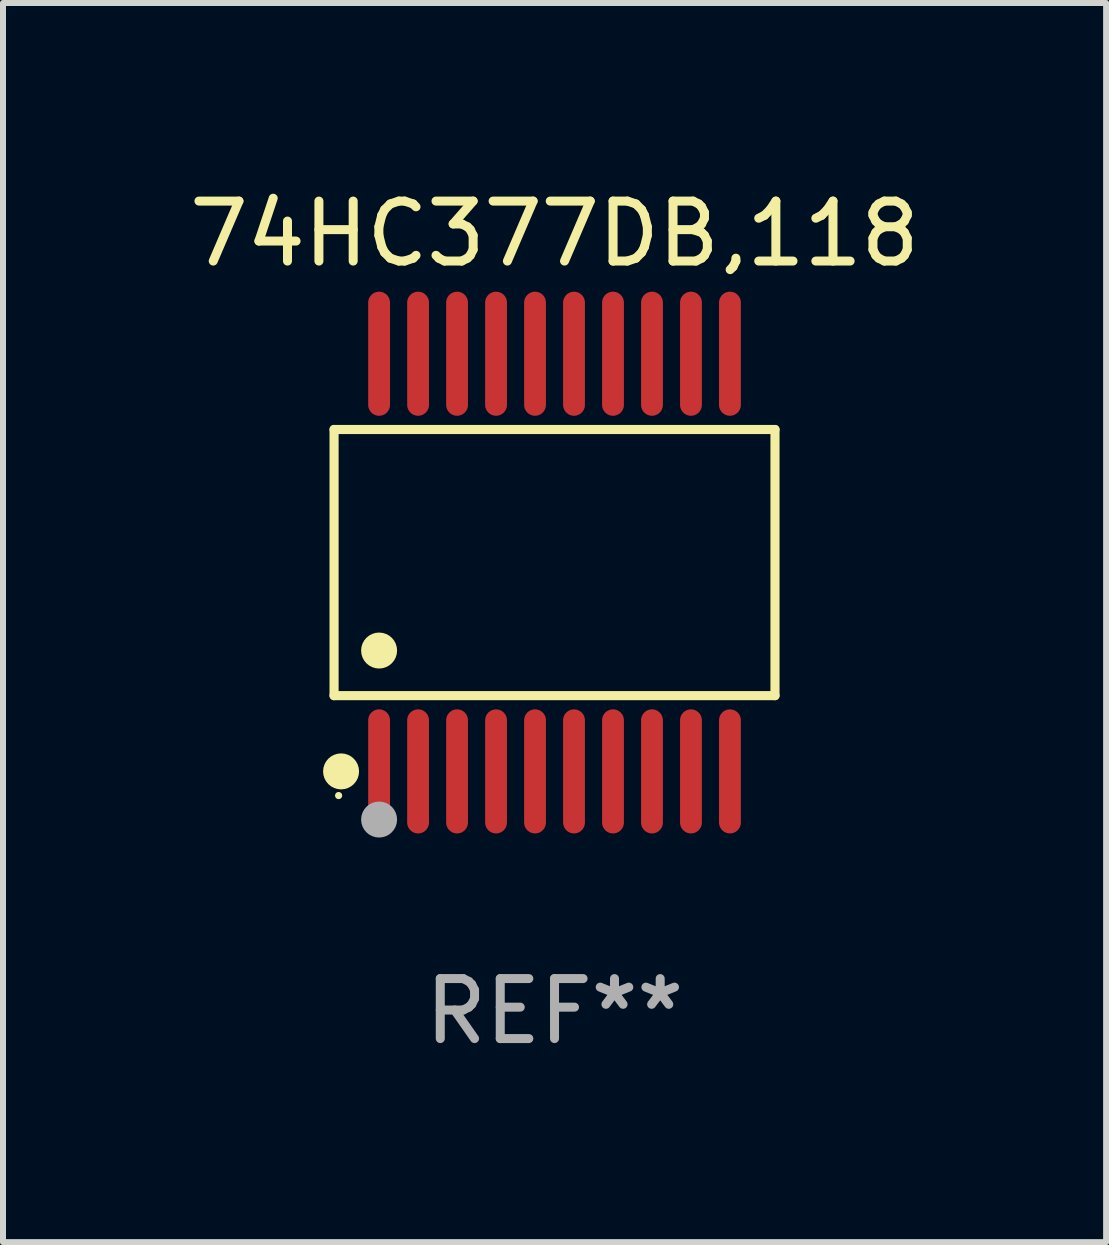
<source format=kicad_pcb>
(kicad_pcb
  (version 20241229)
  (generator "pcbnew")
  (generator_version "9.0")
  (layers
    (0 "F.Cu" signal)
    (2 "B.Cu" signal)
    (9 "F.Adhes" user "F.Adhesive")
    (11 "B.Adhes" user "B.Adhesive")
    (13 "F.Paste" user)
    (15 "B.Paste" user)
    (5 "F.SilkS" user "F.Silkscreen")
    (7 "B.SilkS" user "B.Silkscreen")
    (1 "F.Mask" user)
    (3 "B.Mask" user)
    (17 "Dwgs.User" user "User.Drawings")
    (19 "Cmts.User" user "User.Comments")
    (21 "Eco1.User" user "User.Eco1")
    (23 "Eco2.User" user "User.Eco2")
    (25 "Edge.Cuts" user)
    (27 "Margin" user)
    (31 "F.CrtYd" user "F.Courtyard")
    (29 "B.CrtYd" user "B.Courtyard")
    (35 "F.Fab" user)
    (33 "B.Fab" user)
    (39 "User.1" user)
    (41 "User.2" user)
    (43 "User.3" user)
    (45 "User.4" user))
  (footprint "74HC377DB,118"
    (layer "F.Cu")
    (at 6.196 6.33)
    (property "Reference" "74HC377DB,118" (at 0 -5.482 0) (layer "F.SilkS") (effects (font (size 1 1) (thickness 0.15))))
    (attr through_hole)
    (fp_line (start -3.676 -2.219) (end 3.676 -2.219) (stroke (width 0.152) (type solid)) (layer "F.SilkS"))
    (fp_line (start -3.676 2.219) (end -3.676 -2.219) (stroke (width 0.152) (type solid)) (layer "F.SilkS"))
    (fp_line (start 3.676 -2.219) (end 3.676 2.219) (stroke (width 0.152) (type solid)) (layer "F.SilkS"))
    (fp_line (start 3.676 2.219) (end -3.676 2.219) (stroke (width 0.152) (type solid)) (layer "F.SilkS"))
    (fp_circle (center -3.6 3.885) (end -3.57 3.885) (stroke (width 0.06) (type solid)) (fill no) (layer "F.SilkS"))
    (fp_circle (center -3.559 3.482) (end -3.409 3.482) (stroke (width 0.3) (type solid)) (fill no) (layer "F.SilkS"))
    (fp_circle (center -2.925 1.467) (end -2.775 1.467) (stroke (width 0.3) (type solid)) (fill no) (layer "F.SilkS"))
    (fp_circle (center -2.925 4.285) (end -2.775 4.285) (stroke (width 0.3) (type solid)) (fill no) (layer "F.Fab"))
    (fp_text user "REF**" (at 0 7.482 0) (layer "F.Fab") (effects (font (size 1 1) (thickness 0.15))))
    (pad "1" smd oval (at -2.925 3.482) (size 0.364 2.069) (layers "F.Cu" "F.Mask" "F.Paste"))
    (pad "2" smd oval (at -2.275 3.482) (size 0.364 2.069) (layers "F.Cu" "F.Mask" "F.Paste"))
    (pad "3" smd oval (at -1.625 3.482) (size 0.364 2.069) (layers "F.Cu" "F.Mask" "F.Paste"))
    (pad "4" smd oval (at -0.975 3.482) (size 0.364 2.069) (layers "F.Cu" "F.Mask" "F.Paste"))
    (pad "5" smd oval (at -0.325 3.482) (size 0.364 2.069) (layers "F.Cu" "F.Mask" "F.Paste"))
    (pad "6" smd oval (at 0.325 3.482) (size 0.364 2.069) (layers "F.Cu" "F.Mask" "F.Paste"))
    (pad "7" smd oval (at 0.975 3.482) (size 0.364 2.069) (layers "F.Cu" "F.Mask" "F.Paste"))
    (pad "8" smd oval (at 1.625 3.482) (size 0.364 2.069) (layers "F.Cu" "F.Mask" "F.Paste"))
    (pad "9" smd oval (at 2.275 3.482) (size 0.364 2.069) (layers "F.Cu" "F.Mask" "F.Paste"))
    (pad "10" smd oval (at 2.925 3.482) (size 0.364 2.069) (layers "F.Cu" "F.Mask" "F.Paste"))
    (pad "11" smd oval (at 2.925 -3.482) (size 0.364 2.069) (layers "F.Cu" "F.Mask" "F.Paste"))
    (pad "12" smd oval (at 2.275 -3.482) (size 0.364 2.069) (layers "F.Cu" "F.Mask" "F.Paste"))
    (pad "13" smd oval (at 1.625 -3.482) (size 0.364 2.069) (layers "F.Cu" "F.Mask" "F.Paste"))
    (pad "14" smd oval (at 0.975 -3.482) (size 0.364 2.069) (layers "F.Cu" "F.Mask" "F.Paste"))
    (pad "15" smd oval (at 0.325 -3.482) (size 0.364 2.069) (layers "F.Cu" "F.Mask" "F.Paste"))
    (pad "16" smd oval (at -0.325 -3.482) (size 0.364 2.069) (layers "F.Cu" "F.Mask" "F.Paste"))
    (pad "17" smd oval (at -0.975 -3.482) (size 0.364 2.069) (layers "F.Cu" "F.Mask" "F.Paste"))
    (pad "18" smd oval (at -1.625 -3.482) (size 0.364 2.069) (layers "F.Cu" "F.Mask" "F.Paste"))
    (pad "19" smd oval (at -2.275 -3.482) (size 0.364 2.069) (layers "F.Cu" "F.Mask" "F.Paste"))
    (pad "20" smd oval (at -2.925 -3.482) (size 0.364 2.069) (layers "F.Cu" "F.Mask" "F.Paste")))
  (gr_rect
    (start -3 -3)
    (end 15.393 17.661)
    (stroke (width 0.1) (type default))
    (fill no)
    (layer "Edge.Cuts")))
</source>
